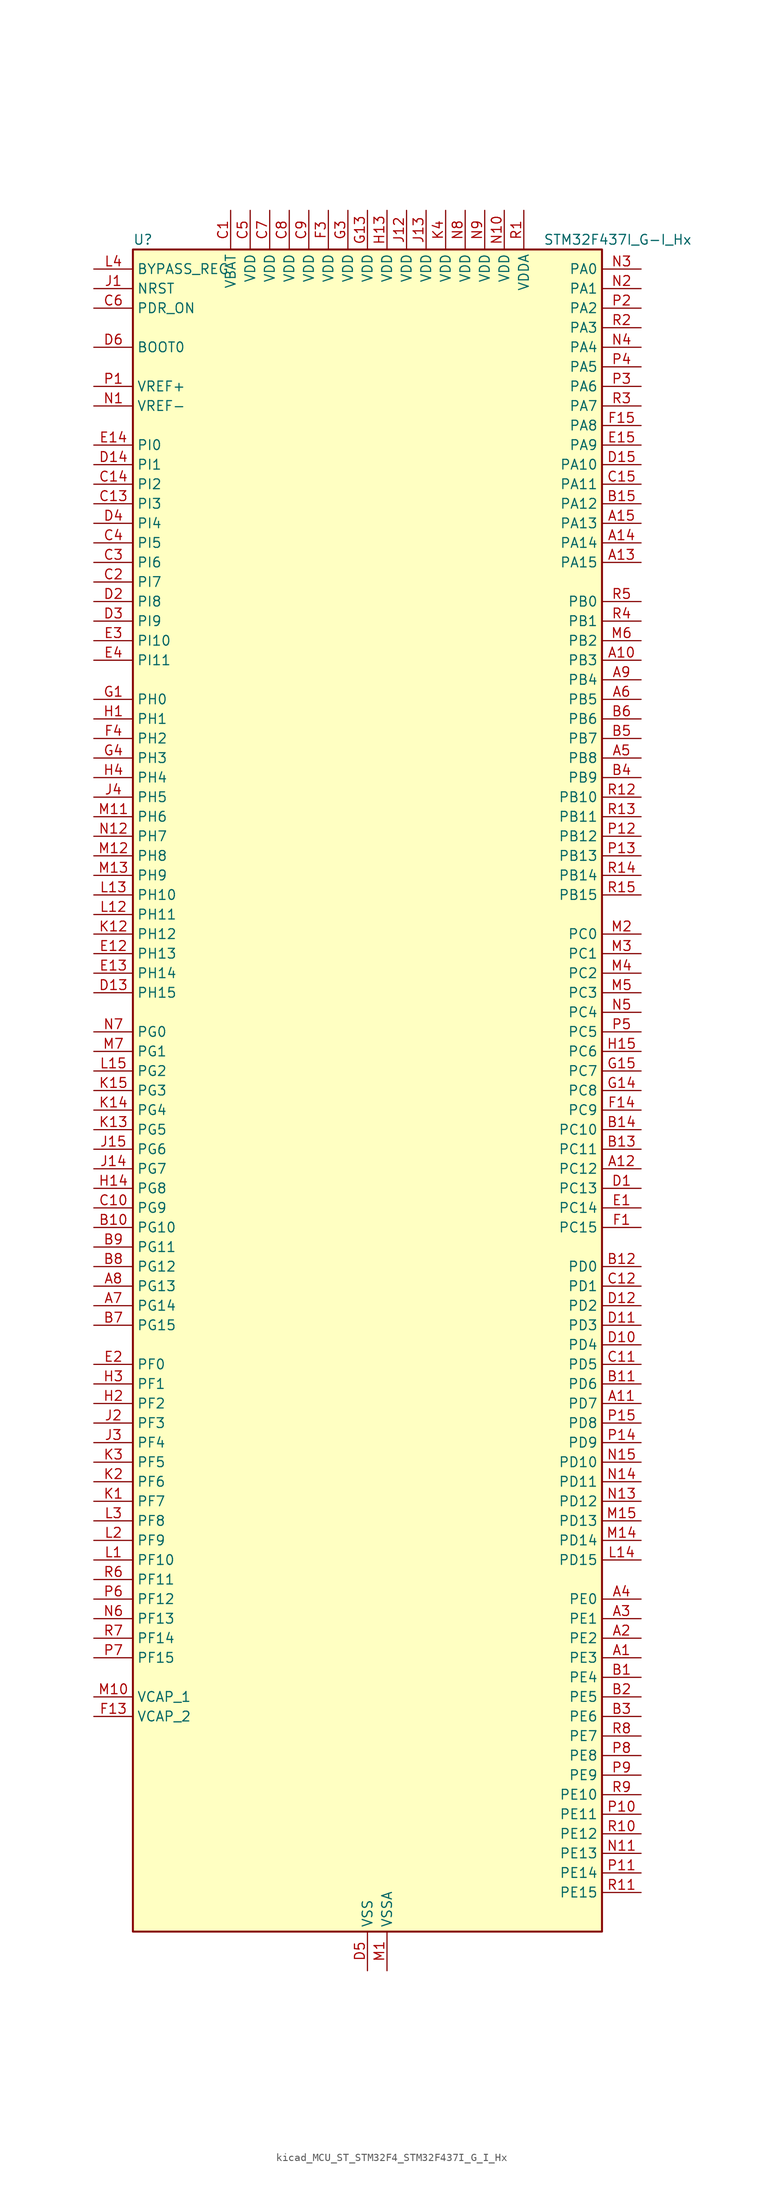
<source format=kicad_sym>
(kicad_symbol_lib
  (version 20220914)
  (generator kicad_symbol_editor)
  (symbol "kicad_MCU_ST_STM32F4_STM32F437I_G_I_Hx"
    (property "Reference" "U"
      (at -30.48 110.49 0)
      (effects (font (size 1.27 1.27)) (justify left)))
    (property "Value" "STM32F437I_G-I_Hx"
      (at 22.86 110.49 0)
      (effects (font (size 1.27 1.27)) (justify left)))
    (property "ki_locked" ""
      (at 0 0 0)
      (effects (font (size 1.27 1.27))))
    (symbol "kicad_MCU_ST_STM32F4_STM32F437I_G_I_Hx_0_1"
      (rectangle (start -30.48 -109.22) (end 30.48 109.22) (stroke (width 0.254) (type default)) (fill (type background))))
    (symbol "kicad_MCU_ST_STM32F4_STM32F437I_G_I_Hx_1_1"
      (pin bidirectional line (at 35.56 -73.66 180) (length 5.08) (name "PE3" (effects (font (size 1.27 1.27)))) (number "A1" (effects (font (size 1.27 1.27)))) (alternate "FMC_A19" bidirectional line) (alternate "SAI1_SD_B" bidirectional line) (alternate "SYS_TRACED0" bidirectional line))
      (pin bidirectional line (at 35.56 55.88 180) (length 5.08) (name "PB3" (effects (font (size 1.27 1.27)))) (number "A10" (effects (font (size 1.27 1.27)))) (alternate "I2S3_CK" bidirectional line) (alternate "SPI1_SCK" bidirectional line) (alternate "SPI3_SCK" bidirectional line) (alternate "SYS_JTDO-SWO" bidirectional line) (alternate "TIM2_CH2" bidirectional line))
      (pin bidirectional line (at 35.56 -40.64 180) (length 5.08) (name "PD7" (effects (font (size 1.27 1.27)))) (number "A11" (effects (font (size 1.27 1.27)))) (alternate "FMC_NCE2" bidirectional line) (alternate "FMC_NE1" bidirectional line) (alternate "USART2_CK" bidirectional line))
      (pin bidirectional line (at 35.56 -10.16 180) (length 5.08) (name "PC12" (effects (font (size 1.27 1.27)))) (number "A12" (effects (font (size 1.27 1.27)))) (alternate "DCMI_D9" bidirectional line) (alternate "I2S3_SD" bidirectional line) (alternate "SDIO_CK" bidirectional line) (alternate "SPI3_MOSI" bidirectional line) (alternate "UART5_TX" bidirectional line) (alternate "USART3_CK" bidirectional line))
      (pin bidirectional line (at 35.56 68.58 180) (length 5.08) (name "PA15" (effects (font (size 1.27 1.27)))) (number "A13" (effects (font (size 1.27 1.27)))) (alternate "ADC1_EXTI15" bidirectional line) (alternate "ADC2_EXTI15" bidirectional line) (alternate "ADC3_EXTI15" bidirectional line) (alternate "I2S3_WS" bidirectional line) (alternate "SPI1_NSS" bidirectional line) (alternate "SPI3_NSS" bidirectional line) (alternate "SYS_JTDI" bidirectional line) (alternate "TIM2_CH1" bidirectional line) (alternate "TIM2_ETR" bidirectional line))
      (pin bidirectional line (at 35.56 71.12 180) (length 5.08) (name "PA14" (effects (font (size 1.27 1.27)))) (number "A14" (effects (font (size 1.27 1.27)))) (alternate "SYS_JTCK-SWCLK" bidirectional line))
      (pin bidirectional line (at 35.56 73.66 180) (length 5.08) (name "PA13" (effects (font (size 1.27 1.27)))) (number "A15" (effects (font (size 1.27 1.27)))) (alternate "SYS_JTMS-SWDIO" bidirectional line))
      (pin bidirectional line (at 35.56 -71.12 180) (length 5.08) (name "PE2" (effects (font (size 1.27 1.27)))) (number "A2" (effects (font (size 1.27 1.27)))) (alternate "ETH_TXD3" bidirectional line) (alternate "FMC_A23" bidirectional line) (alternate "SAI1_MCLK_A" bidirectional line) (alternate "SPI4_SCK" bidirectional line) (alternate "SYS_TRACECLK" bidirectional line))
      (pin bidirectional line (at 35.56 -68.58 180) (length 5.08) (name "PE1" (effects (font (size 1.27 1.27)))) (number "A3" (effects (font (size 1.27 1.27)))) (alternate "DCMI_D3" bidirectional line) (alternate "FMC_NBL1" bidirectional line) (alternate "UART8_TX" bidirectional line))
      (pin bidirectional line (at 35.56 -66.04 180) (length 5.08) (name "PE0" (effects (font (size 1.27 1.27)))) (number "A4" (effects (font (size 1.27 1.27)))) (alternate "DCMI_D2" bidirectional line) (alternate "FMC_NBL0" bidirectional line) (alternate "TIM4_ETR" bidirectional line) (alternate "UART8_RX" bidirectional line))
      (pin bidirectional line (at 35.56 43.18 180) (length 5.08) (name "PB8" (effects (font (size 1.27 1.27)))) (number "A5" (effects (font (size 1.27 1.27)))) (alternate "CAN1_RX" bidirectional line) (alternate "DCMI_D6" bidirectional line) (alternate "ETH_TXD3" bidirectional line) (alternate "I2C1_SCL" bidirectional line) (alternate "SDIO_D4" bidirectional line) (alternate "TIM10_CH1" bidirectional line) (alternate "TIM4_CH3" bidirectional line))
      (pin bidirectional line (at 35.56 50.8 180) (length 5.08) (name "PB5" (effects (font (size 1.27 1.27)))) (number "A6" (effects (font (size 1.27 1.27)))) (alternate "CAN2_RX" bidirectional line) (alternate "DCMI_D10" bidirectional line) (alternate "ETH_PPS_OUT" bidirectional line) (alternate "FMC_SDCKE1" bidirectional line) (alternate "I2C1_SMBA" bidirectional line) (alternate "I2S3_SD" bidirectional line) (alternate "SPI1_MOSI" bidirectional line) (alternate "SPI3_MOSI" bidirectional line) (alternate "TIM3_CH2" bidirectional line) (alternate "USB_OTG_HS_ULPI_D7" bidirectional line))
      (pin bidirectional line (at -35.56 -27.94 0) (length 5.08) (name "PG14" (effects (font (size 1.27 1.27)))) (number "A7" (effects (font (size 1.27 1.27)))) (alternate "ETH_TXD1" bidirectional line) (alternate "FMC_A25" bidirectional line) (alternate "SPI6_MOSI" bidirectional line) (alternate "USART6_TX" bidirectional line))
      (pin bidirectional line (at -35.56 -25.4 0) (length 5.08) (name "PG13" (effects (font (size 1.27 1.27)))) (number "A8" (effects (font (size 1.27 1.27)))) (alternate "ETH_TXD0" bidirectional line) (alternate "FMC_A24" bidirectional line) (alternate "SPI6_SCK" bidirectional line) (alternate "USART6_CTS" bidirectional line))
      (pin bidirectional line (at 35.56 53.34 180) (length 5.08) (name "PB4" (effects (font (size 1.27 1.27)))) (number "A9" (effects (font (size 1.27 1.27)))) (alternate "I2S3_ext_SD" bidirectional line) (alternate "SPI1_MISO" bidirectional line) (alternate "SPI3_MISO" bidirectional line) (alternate "SYS_JTRST" bidirectional line) (alternate "TIM3_CH1" bidirectional line))
      (pin bidirectional line (at 35.56 -76.2 180) (length 5.08) (name "PE4" (effects (font (size 1.27 1.27)))) (number "B1" (effects (font (size 1.27 1.27)))) (alternate "DCMI_D4" bidirectional line) (alternate "FMC_A20" bidirectional line) (alternate "SAI1_FS_A" bidirectional line) (alternate "SPI4_NSS" bidirectional line) (alternate "SYS_TRACED1" bidirectional line))
      (pin bidirectional line (at -35.56 -17.78 0) (length 5.08) (name "PG10" (effects (font (size 1.27 1.27)))) (number "B10" (effects (font (size 1.27 1.27)))) (alternate "DCMI_D2" bidirectional line) (alternate "FMC_NCE4_1" bidirectional line) (alternate "FMC_NE3" bidirectional line))
      (pin bidirectional line (at 35.56 -38.1 180) (length 5.08) (name "PD6" (effects (font (size 1.27 1.27)))) (number "B11" (effects (font (size 1.27 1.27)))) (alternate "DCMI_D10" bidirectional line) (alternate "FMC_NWAIT" bidirectional line) (alternate "I2S3_SD" bidirectional line) (alternate "SAI1_SD_A" bidirectional line) (alternate "SPI3_MOSI" bidirectional line) (alternate "USART2_RX" bidirectional line))
      (pin bidirectional line (at 35.56 -22.86 180) (length 5.08) (name "PD0" (effects (font (size 1.27 1.27)))) (number "B12" (effects (font (size 1.27 1.27)))) (alternate "CAN1_RX" bidirectional line) (alternate "FMC_D2" bidirectional line) (alternate "FMC_DA2" bidirectional line))
      (pin bidirectional line (at 35.56 -7.62 180) (length 5.08) (name "PC11" (effects (font (size 1.27 1.27)))) (number "B13" (effects (font (size 1.27 1.27)))) (alternate "ADC1_EXTI11" bidirectional line) (alternate "ADC2_EXTI11" bidirectional line) (alternate "ADC3_EXTI11" bidirectional line) (alternate "DCMI_D4" bidirectional line) (alternate "I2S3_ext_SD" bidirectional line) (alternate "SDIO_D3" bidirectional line) (alternate "SPI3_MISO" bidirectional line) (alternate "UART4_RX" bidirectional line) (alternate "USART3_RX" bidirectional line))
      (pin bidirectional line (at 35.56 -5.08 180) (length 5.08) (name "PC10" (effects (font (size 1.27 1.27)))) (number "B14" (effects (font (size 1.27 1.27)))) (alternate "DCMI_D8" bidirectional line) (alternate "I2S3_CK" bidirectional line) (alternate "SDIO_D2" bidirectional line) (alternate "SPI3_SCK" bidirectional line) (alternate "UART4_TX" bidirectional line) (alternate "USART3_TX" bidirectional line))
      (pin bidirectional line (at 35.56 76.2 180) (length 5.08) (name "PA12" (effects (font (size 1.27 1.27)))) (number "B15" (effects (font (size 1.27 1.27)))) (alternate "CAN1_TX" bidirectional line) (alternate "TIM1_ETR" bidirectional line) (alternate "USART1_RTS" bidirectional line) (alternate "USB_OTG_FS_DP" bidirectional line))
      (pin bidirectional line (at 35.56 -78.74 180) (length 5.08) (name "PE5" (effects (font (size 1.27 1.27)))) (number "B2" (effects (font (size 1.27 1.27)))) (alternate "DCMI_D6" bidirectional line) (alternate "FMC_A21" bidirectional line) (alternate "SAI1_SCK_A" bidirectional line) (alternate "SPI4_MISO" bidirectional line) (alternate "SYS_TRACED2" bidirectional line) (alternate "TIM9_CH1" bidirectional line))
      (pin bidirectional line (at 35.56 -81.28 180) (length 5.08) (name "PE6" (effects (font (size 1.27 1.27)))) (number "B3" (effects (font (size 1.27 1.27)))) (alternate "DCMI_D7" bidirectional line) (alternate "FMC_A22" bidirectional line) (alternate "SAI1_SD_A" bidirectional line) (alternate "SPI4_MOSI" bidirectional line) (alternate "SYS_TRACED3" bidirectional line) (alternate "TIM9_CH2" bidirectional line))
      (pin bidirectional line (at 35.56 40.64 180) (length 5.08) (name "PB9" (effects (font (size 1.27 1.27)))) (number "B4" (effects (font (size 1.27 1.27)))) (alternate "CAN1_TX" bidirectional line) (alternate "DAC_EXTI9" bidirectional line) (alternate "DCMI_D7" bidirectional line) (alternate "I2C1_SDA" bidirectional line) (alternate "I2S2_WS" bidirectional line) (alternate "SDIO_D5" bidirectional line) (alternate "SPI2_NSS" bidirectional line) (alternate "TIM11_CH1" bidirectional line) (alternate "TIM4_CH4" bidirectional line))
      (pin bidirectional line (at 35.56 45.72 180) (length 5.08) (name "PB7" (effects (font (size 1.27 1.27)))) (number "B5" (effects (font (size 1.27 1.27)))) (alternate "DCMI_VSYNC" bidirectional line) (alternate "FMC_NL" bidirectional line) (alternate "I2C1_SDA" bidirectional line) (alternate "TIM4_CH2" bidirectional line) (alternate "USART1_RX" bidirectional line))
      (pin bidirectional line (at 35.56 48.26 180) (length 5.08) (name "PB6" (effects (font (size 1.27 1.27)))) (number "B6" (effects (font (size 1.27 1.27)))) (alternate "CAN2_TX" bidirectional line) (alternate "DCMI_D5" bidirectional line) (alternate "FMC_SDNE1" bidirectional line) (alternate "I2C1_SCL" bidirectional line) (alternate "TIM4_CH1" bidirectional line) (alternate "USART1_TX" bidirectional line))
      (pin bidirectional line (at -35.56 -30.48 0) (length 5.08) (name "PG15" (effects (font (size 1.27 1.27)))) (number "B7" (effects (font (size 1.27 1.27)))) (alternate "ADC1_EXTI15" bidirectional line) (alternate "ADC2_EXTI15" bidirectional line) (alternate "ADC3_EXTI15" bidirectional line) (alternate "DCMI_D13" bidirectional line) (alternate "FMC_SDNCAS" bidirectional line) (alternate "USART6_CTS" bidirectional line))
      (pin bidirectional line (at -35.56 -22.86 0) (length 5.08) (name "PG12" (effects (font (size 1.27 1.27)))) (number "B8" (effects (font (size 1.27 1.27)))) (alternate "FMC_NE4" bidirectional line) (alternate "SPI6_MISO" bidirectional line) (alternate "USART6_RTS" bidirectional line))
      (pin bidirectional line (at -35.56 -20.32 0) (length 5.08) (name "PG11" (effects (font (size 1.27 1.27)))) (number "B9" (effects (font (size 1.27 1.27)))) (alternate "ADC1_EXTI11" bidirectional line) (alternate "ADC2_EXTI11" bidirectional line) (alternate "ADC3_EXTI11" bidirectional line) (alternate "DCMI_D3" bidirectional line) (alternate "ETH_TX_EN" bidirectional line) (alternate "FMC_NCE4_2" bidirectional line))
      (pin power_in line (at -17.78 114.3 270) (length 5.08) (name "VBAT" (effects (font (size 1.27 1.27)))) (number "C1" (effects (font (size 1.27 1.27)))))
      (pin bidirectional line (at -35.56 -15.24 0) (length 5.08) (name "PG9" (effects (font (size 1.27 1.27)))) (number "C10" (effects (font (size 1.27 1.27)))) (alternate "DAC_EXTI9" bidirectional line) (alternate "DCMI_VSYNC" bidirectional line) (alternate "FMC_NCE3" bidirectional line) (alternate "FMC_NE2" bidirectional line) (alternate "USART6_RX" bidirectional line))
      (pin bidirectional line (at 35.56 -35.56 180) (length 5.08) (name "PD5" (effects (font (size 1.27 1.27)))) (number "C11" (effects (font (size 1.27 1.27)))) (alternate "FMC_NWE" bidirectional line) (alternate "USART2_TX" bidirectional line))
      (pin bidirectional line (at 35.56 -25.4 180) (length 5.08) (name "PD1" (effects (font (size 1.27 1.27)))) (number "C12" (effects (font (size 1.27 1.27)))) (alternate "CAN1_TX" bidirectional line) (alternate "FMC_D3" bidirectional line) (alternate "FMC_DA3" bidirectional line))
      (pin bidirectional line (at -35.56 76.2 0) (length 5.08) (name "PI3" (effects (font (size 1.27 1.27)))) (number "C13" (effects (font (size 1.27 1.27)))) (alternate "DCMI_D10" bidirectional line) (alternate "FMC_D27" bidirectional line) (alternate "I2S2_SD" bidirectional line) (alternate "SPI2_MOSI" bidirectional line) (alternate "TIM8_ETR" bidirectional line))
      (pin bidirectional line (at -35.56 78.74 0) (length 5.08) (name "PI2" (effects (font (size 1.27 1.27)))) (number "C14" (effects (font (size 1.27 1.27)))) (alternate "DCMI_D9" bidirectional line) (alternate "FMC_D26" bidirectional line) (alternate "I2S2_ext_SD" bidirectional line) (alternate "SPI2_MISO" bidirectional line) (alternate "TIM8_CH4" bidirectional line))
      (pin bidirectional line (at 35.56 78.74 180) (length 5.08) (name "PA11" (effects (font (size 1.27 1.27)))) (number "C15" (effects (font (size 1.27 1.27)))) (alternate "ADC1_EXTI11" bidirectional line) (alternate "ADC2_EXTI11" bidirectional line) (alternate "ADC3_EXTI11" bidirectional line) (alternate "CAN1_RX" bidirectional line) (alternate "TIM1_CH4" bidirectional line) (alternate "USART1_CTS" bidirectional line) (alternate "USB_OTG_FS_DM" bidirectional line))
      (pin bidirectional line (at -35.56 66.04 0) (length 5.08) (name "PI7" (effects (font (size 1.27 1.27)))) (number "C2" (effects (font (size 1.27 1.27)))) (alternate "DCMI_D7" bidirectional line) (alternate "FMC_D29" bidirectional line) (alternate "TIM8_CH3" bidirectional line))
      (pin bidirectional line (at -35.56 68.58 0) (length 5.08) (name "PI6" (effects (font (size 1.27 1.27)))) (number "C3" (effects (font (size 1.27 1.27)))) (alternate "DCMI_D6" bidirectional line) (alternate "FMC_D28" bidirectional line) (alternate "TIM8_CH2" bidirectional line))
      (pin bidirectional line (at -35.56 71.12 0) (length 5.08) (name "PI5" (effects (font (size 1.27 1.27)))) (number "C4" (effects (font (size 1.27 1.27)))) (alternate "DCMI_VSYNC" bidirectional line) (alternate "FMC_NBL3" bidirectional line) (alternate "TIM8_CH1" bidirectional line))
      (pin power_in line (at -15.24 114.3 270) (length 5.08) (name "VDD" (effects (font (size 1.27 1.27)))) (number "C5" (effects (font (size 1.27 1.27)))))
      (pin input line (at -35.56 101.6 0) (length 5.08) (name "PDR_ON" (effects (font (size 1.27 1.27)))) (number "C6" (effects (font (size 1.27 1.27)))))
      (pin power_in line (at -12.7 114.3 270) (length 5.08) (name "VDD" (effects (font (size 1.27 1.27)))) (number "C7" (effects (font (size 1.27 1.27)))))
      (pin power_in line (at -10.16 114.3 270) (length 5.08) (name "VDD" (effects (font (size 1.27 1.27)))) (number "C8" (effects (font (size 1.27 1.27)))))
      (pin power_in line (at -7.62 114.3 270) (length 5.08) (name "VDD" (effects (font (size 1.27 1.27)))) (number "C9" (effects (font (size 1.27 1.27)))))
      (pin bidirectional line (at 35.56 -12.7 180) (length 5.08) (name "PC13" (effects (font (size 1.27 1.27)))) (number "D1" (effects (font (size 1.27 1.27)))) (alternate "RTC_AF1" bidirectional line))
      (pin bidirectional line (at 35.56 -33.02 180) (length 5.08) (name "PD4" (effects (font (size 1.27 1.27)))) (number "D10" (effects (font (size 1.27 1.27)))) (alternate "FMC_NOE" bidirectional line) (alternate "USART2_RTS" bidirectional line))
      (pin bidirectional line (at 35.56 -30.48 180) (length 5.08) (name "PD3" (effects (font (size 1.27 1.27)))) (number "D11" (effects (font (size 1.27 1.27)))) (alternate "DCMI_D5" bidirectional line) (alternate "FMC_CLK" bidirectional line) (alternate "I2S2_CK" bidirectional line) (alternate "SPI2_SCK" bidirectional line) (alternate "USART2_CTS" bidirectional line))
      (pin bidirectional line (at 35.56 -27.94 180) (length 5.08) (name "PD2" (effects (font (size 1.27 1.27)))) (number "D12" (effects (font (size 1.27 1.27)))) (alternate "DCMI_D11" bidirectional line) (alternate "SDIO_CMD" bidirectional line) (alternate "TIM3_ETR" bidirectional line) (alternate "UART5_RX" bidirectional line))
      (pin bidirectional line (at -35.56 12.7 0) (length 5.08) (name "PH15" (effects (font (size 1.27 1.27)))) (number "D13" (effects (font (size 1.27 1.27)))) (alternate "ADC1_EXTI15" bidirectional line) (alternate "ADC2_EXTI15" bidirectional line) (alternate "ADC3_EXTI15" bidirectional line) (alternate "DCMI_D11" bidirectional line) (alternate "FMC_D23" bidirectional line) (alternate "TIM8_CH3N" bidirectional line))
      (pin bidirectional line (at -35.56 81.28 0) (length 5.08) (name "PI1" (effects (font (size 1.27 1.27)))) (number "D14" (effects (font (size 1.27 1.27)))) (alternate "DCMI_D8" bidirectional line) (alternate "FMC_D25" bidirectional line) (alternate "I2S2_CK" bidirectional line) (alternate "SPI2_SCK" bidirectional line))
      (pin bidirectional line (at 35.56 81.28 180) (length 5.08) (name "PA10" (effects (font (size 1.27 1.27)))) (number "D15" (effects (font (size 1.27 1.27)))) (alternate "DCMI_D1" bidirectional line) (alternate "TIM1_CH3" bidirectional line) (alternate "USART1_RX" bidirectional line) (alternate "USB_OTG_FS_ID" bidirectional line))
      (pin bidirectional line (at -35.56 63.5 0) (length 5.08) (name "PI8" (effects (font (size 1.27 1.27)))) (number "D2" (effects (font (size 1.27 1.27)))) (alternate "RTC_AF2" bidirectional line))
      (pin bidirectional line (at -35.56 60.96 0) (length 5.08) (name "PI9" (effects (font (size 1.27 1.27)))) (number "D3" (effects (font (size 1.27 1.27)))) (alternate "CAN1_RX" bidirectional line) (alternate "DAC_EXTI9" bidirectional line) (alternate "FMC_D30" bidirectional line))
      (pin bidirectional line (at -35.56 73.66 0) (length 5.08) (name "PI4" (effects (font (size 1.27 1.27)))) (number "D4" (effects (font (size 1.27 1.27)))) (alternate "DCMI_D5" bidirectional line) (alternate "FMC_NBL2" bidirectional line) (alternate "TIM8_BKIN" bidirectional line))
      (pin power_in line (at 0 -114.3 90) (length 5.08) (name "VSS" (effects (font (size 1.27 1.27)))) (number "D5" (effects (font (size 1.27 1.27)))))
      (pin input line (at -35.56 96.52 0) (length 5.08) (name "BOOT0" (effects (font (size 1.27 1.27)))) (number "D6" (effects (font (size 1.27 1.27)))))
      (pin passive line (at 0 -114.3 90) (length 5.08) hide (name "VSS" (effects (font (size 1.27 1.27)))) (number "D7" (effects (font (size 1.27 1.27)))))
      (pin passive line (at 0 -114.3 90) (length 5.08) hide (name "VSS" (effects (font (size 1.27 1.27)))) (number "D8" (effects (font (size 1.27 1.27)))))
      (pin passive line (at 0 -114.3 90) (length 5.08) hide (name "VSS" (effects (font (size 1.27 1.27)))) (number "D9" (effects (font (size 1.27 1.27)))))
      (pin bidirectional line (at 35.56 -15.24 180) (length 5.08) (name "PC14" (effects (font (size 1.27 1.27)))) (number "E1" (effects (font (size 1.27 1.27)))) (alternate "RCC_OSC32_IN" bidirectional line))
      (pin bidirectional line (at -35.56 17.78 0) (length 5.08) (name "PH13" (effects (font (size 1.27 1.27)))) (number "E12" (effects (font (size 1.27 1.27)))) (alternate "CAN1_TX" bidirectional line) (alternate "FMC_D21" bidirectional line) (alternate "TIM8_CH1N" bidirectional line))
      (pin bidirectional line (at -35.56 15.24 0) (length 5.08) (name "PH14" (effects (font (size 1.27 1.27)))) (number "E13" (effects (font (size 1.27 1.27)))) (alternate "DCMI_D4" bidirectional line) (alternate "FMC_D22" bidirectional line) (alternate "TIM8_CH2N" bidirectional line))
      (pin bidirectional line (at -35.56 83.82 0) (length 5.08) (name "PI0" (effects (font (size 1.27 1.27)))) (number "E14" (effects (font (size 1.27 1.27)))) (alternate "DCMI_D13" bidirectional line) (alternate "FMC_D24" bidirectional line) (alternate "I2S2_WS" bidirectional line) (alternate "SPI2_NSS" bidirectional line) (alternate "TIM5_CH4" bidirectional line))
      (pin bidirectional line (at 35.56 83.82 180) (length 5.08) (name "PA9" (effects (font (size 1.27 1.27)))) (number "E15" (effects (font (size 1.27 1.27)))) (alternate "DAC_EXTI9" bidirectional line) (alternate "DCMI_D0" bidirectional line) (alternate "I2C3_SMBA" bidirectional line) (alternate "TIM1_CH2" bidirectional line) (alternate "USART1_TX" bidirectional line) (alternate "USB_OTG_FS_VBUS" bidirectional line))
      (pin bidirectional line (at -35.56 -35.56 0) (length 5.08) (name "PF0" (effects (font (size 1.27 1.27)))) (number "E2" (effects (font (size 1.27 1.27)))) (alternate "FMC_A0" bidirectional line) (alternate "I2C2_SDA" bidirectional line))
      (pin bidirectional line (at -35.56 58.42 0) (length 5.08) (name "PI10" (effects (font (size 1.27 1.27)))) (number "E3" (effects (font (size 1.27 1.27)))) (alternate "ETH_RX_ER" bidirectional line) (alternate "FMC_D31" bidirectional line))
      (pin bidirectional line (at -35.56 55.88 0) (length 5.08) (name "PI11" (effects (font (size 1.27 1.27)))) (number "E4" (effects (font (size 1.27 1.27)))) (alternate "ADC1_EXTI11" bidirectional line) (alternate "ADC2_EXTI11" bidirectional line) (alternate "ADC3_EXTI11" bidirectional line) (alternate "USB_OTG_HS_ULPI_DIR" bidirectional line))
      (pin bidirectional line (at 35.56 -17.78 180) (length 5.08) (name "PC15" (effects (font (size 1.27 1.27)))) (number "F1" (effects (font (size 1.27 1.27)))) (alternate "ADC1_EXTI15" bidirectional line) (alternate "ADC2_EXTI15" bidirectional line) (alternate "ADC3_EXTI15" bidirectional line) (alternate "RCC_OSC32_OUT" bidirectional line))
      (pin passive line (at 0 -114.3 90) (length 5.08) hide (name "VSS" (effects (font (size 1.27 1.27)))) (number "F10" (effects (font (size 1.27 1.27)))))
      (pin passive line (at 0 -114.3 90) (length 5.08) hide (name "VSS" (effects (font (size 1.27 1.27)))) (number "F12" (effects (font (size 1.27 1.27)))))
      (pin power_out line (at -35.56 -81.28 0) (length 5.08) (name "VCAP_2" (effects (font (size 1.27 1.27)))) (number "F13" (effects (font (size 1.27 1.27)))))
      (pin bidirectional line (at 35.56 -2.54 180) (length 5.08) (name "PC9" (effects (font (size 1.27 1.27)))) (number "F14" (effects (font (size 1.27 1.27)))) (alternate "DAC_EXTI9" bidirectional line) (alternate "DCMI_D3" bidirectional line) (alternate "I2C3_SDA" bidirectional line) (alternate "I2S_CKIN" bidirectional line) (alternate "RCC_MCO_2" bidirectional line) (alternate "SDIO_D1" bidirectional line) (alternate "TIM3_CH4" bidirectional line) (alternate "TIM8_CH4" bidirectional line))
      (pin bidirectional line (at 35.56 86.36 180) (length 5.08) (name "PA8" (effects (font (size 1.27 1.27)))) (number "F15" (effects (font (size 1.27 1.27)))) (alternate "I2C3_SCL" bidirectional line) (alternate "RCC_MCO_1" bidirectional line) (alternate "TIM1_CH1" bidirectional line) (alternate "USART1_CK" bidirectional line) (alternate "USB_OTG_FS_SOF" bidirectional line))
      (pin passive line (at 0 -114.3 90) (length 5.08) hide (name "VSS" (effects (font (size 1.27 1.27)))) (number "F2" (effects (font (size 1.27 1.27)))))
      (pin power_in line (at -5.08 114.3 270) (length 5.08) (name "VDD" (effects (font (size 1.27 1.27)))) (number "F3" (effects (font (size 1.27 1.27)))))
      (pin bidirectional line (at -35.56 45.72 0) (length 5.08) (name "PH2" (effects (font (size 1.27 1.27)))) (number "F4" (effects (font (size 1.27 1.27)))) (alternate "ETH_CRS" bidirectional line) (alternate "FMC_SDCKE0" bidirectional line))
      (pin passive line (at 0 -114.3 90) (length 5.08) hide (name "VSS" (effects (font (size 1.27 1.27)))) (number "F6" (effects (font (size 1.27 1.27)))))
      (pin passive line (at 0 -114.3 90) (length 5.08) hide (name "VSS" (effects (font (size 1.27 1.27)))) (number "F7" (effects (font (size 1.27 1.27)))))
      (pin passive line (at 0 -114.3 90) (length 5.08) hide (name "VSS" (effects (font (size 1.27 1.27)))) (number "F8" (effects (font (size 1.27 1.27)))))
      (pin passive line (at 0 -114.3 90) (length 5.08) hide (name "VSS" (effects (font (size 1.27 1.27)))) (number "F9" (effects (font (size 1.27 1.27)))))
      (pin bidirectional line (at -35.56 50.8 0) (length 5.08) (name "PH0" (effects (font (size 1.27 1.27)))) (number "G1" (effects (font (size 1.27 1.27)))) (alternate "RCC_OSC_IN" bidirectional line))
      (pin passive line (at 0 -114.3 90) (length 5.08) hide (name "VSS" (effects (font (size 1.27 1.27)))) (number "G10" (effects (font (size 1.27 1.27)))))
      (pin passive line (at 0 -114.3 90) (length 5.08) hide (name "VSS" (effects (font (size 1.27 1.27)))) (number "G12" (effects (font (size 1.27 1.27)))))
      (pin power_in line (at 0 114.3 270) (length 5.08) (name "VDD" (effects (font (size 1.27 1.27)))) (number "G13" (effects (font (size 1.27 1.27)))))
      (pin bidirectional line (at 35.56 0 180) (length 5.08) (name "PC8" (effects (font (size 1.27 1.27)))) (number "G14" (effects (font (size 1.27 1.27)))) (alternate "DCMI_D2" bidirectional line) (alternate "SDIO_D0" bidirectional line) (alternate "TIM3_CH3" bidirectional line) (alternate "TIM8_CH3" bidirectional line) (alternate "USART6_CK" bidirectional line))
      (pin bidirectional line (at 35.56 2.54 180) (length 5.08) (name "PC7" (effects (font (size 1.27 1.27)))) (number "G15" (effects (font (size 1.27 1.27)))) (alternate "DCMI_D1" bidirectional line) (alternate "I2S3_MCK" bidirectional line) (alternate "SDIO_D7" bidirectional line) (alternate "TIM3_CH2" bidirectional line) (alternate "TIM8_CH2" bidirectional line) (alternate "USART6_RX" bidirectional line))
      (pin passive line (at 0 -114.3 90) (length 5.08) hide (name "VSS" (effects (font (size 1.27 1.27)))) (number "G2" (effects (font (size 1.27 1.27)))))
      (pin power_in line (at -2.54 114.3 270) (length 5.08) (name "VDD" (effects (font (size 1.27 1.27)))) (number "G3" (effects (font (size 1.27 1.27)))))
      (pin bidirectional line (at -35.56 43.18 0) (length 5.08) (name "PH3" (effects (font (size 1.27 1.27)))) (number "G4" (effects (font (size 1.27 1.27)))) (alternate "ETH_COL" bidirectional line) (alternate "FMC_SDNE0" bidirectional line))
      (pin passive line (at 0 -114.3 90) (length 5.08) hide (name "VSS" (effects (font (size 1.27 1.27)))) (number "G6" (effects (font (size 1.27 1.27)))))
      (pin passive line (at 0 -114.3 90) (length 5.08) hide (name "VSS" (effects (font (size 1.27 1.27)))) (number "G7" (effects (font (size 1.27 1.27)))))
      (pin passive line (at 0 -114.3 90) (length 5.08) hide (name "VSS" (effects (font (size 1.27 1.27)))) (number "G8" (effects (font (size 1.27 1.27)))))
      (pin passive line (at 0 -114.3 90) (length 5.08) hide (name "VSS" (effects (font (size 1.27 1.27)))) (number "G9" (effects (font (size 1.27 1.27)))))
      (pin bidirectional line (at -35.56 48.26 0) (length 5.08) (name "PH1" (effects (font (size 1.27 1.27)))) (number "H1" (effects (font (size 1.27 1.27)))) (alternate "RCC_OSC_OUT" bidirectional line))
      (pin passive line (at 0 -114.3 90) (length 5.08) hide (name "VSS" (effects (font (size 1.27 1.27)))) (number "H10" (effects (font (size 1.27 1.27)))))
      (pin passive line (at 0 -114.3 90) (length 5.08) hide (name "VSS" (effects (font (size 1.27 1.27)))) (number "H12" (effects (font (size 1.27 1.27)))))
      (pin power_in line (at 2.54 114.3 270) (length 5.08) (name "VDD" (effects (font (size 1.27 1.27)))) (number "H13" (effects (font (size 1.27 1.27)))))
      (pin bidirectional line (at -35.56 -12.7 0) (length 5.08) (name "PG8" (effects (font (size 1.27 1.27)))) (number "H14" (effects (font (size 1.27 1.27)))) (alternate "ETH_PPS_OUT" bidirectional line) (alternate "FMC_SDCLK" bidirectional line) (alternate "SPI6_NSS" bidirectional line) (alternate "USART6_RTS" bidirectional line))
      (pin bidirectional line (at 35.56 5.08 180) (length 5.08) (name "PC6" (effects (font (size 1.27 1.27)))) (number "H15" (effects (font (size 1.27 1.27)))) (alternate "DCMI_D0" bidirectional line) (alternate "I2S2_MCK" bidirectional line) (alternate "SDIO_D6" bidirectional line) (alternate "TIM3_CH1" bidirectional line) (alternate "TIM8_CH1" bidirectional line) (alternate "USART6_TX" bidirectional line))
      (pin bidirectional line (at -35.56 -40.64 0) (length 5.08) (name "PF2" (effects (font (size 1.27 1.27)))) (number "H2" (effects (font (size 1.27 1.27)))) (alternate "FMC_A2" bidirectional line) (alternate "I2C2_SMBA" bidirectional line))
      (pin bidirectional line (at -35.56 -38.1 0) (length 5.08) (name "PF1" (effects (font (size 1.27 1.27)))) (number "H3" (effects (font (size 1.27 1.27)))) (alternate "FMC_A1" bidirectional line) (alternate "I2C2_SCL" bidirectional line))
      (pin bidirectional line (at -35.56 40.64 0) (length 5.08) (name "PH4" (effects (font (size 1.27 1.27)))) (number "H4" (effects (font (size 1.27 1.27)))) (alternate "I2C2_SCL" bidirectional line) (alternate "USB_OTG_HS_ULPI_NXT" bidirectional line))
      (pin passive line (at 0 -114.3 90) (length 5.08) hide (name "VSS" (effects (font (size 1.27 1.27)))) (number "H6" (effects (font (size 1.27 1.27)))))
      (pin passive line (at 0 -114.3 90) (length 5.08) hide (name "VSS" (effects (font (size 1.27 1.27)))) (number "H7" (effects (font (size 1.27 1.27)))))
      (pin passive line (at 0 -114.3 90) (length 5.08) hide (name "VSS" (effects (font (size 1.27 1.27)))) (number "H8" (effects (font (size 1.27 1.27)))))
      (pin passive line (at 0 -114.3 90) (length 5.08) hide (name "VSS" (effects (font (size 1.27 1.27)))) (number "H9" (effects (font (size 1.27 1.27)))))
      (pin input line (at -35.56 104.14 0) (length 5.08) (name "NRST" (effects (font (size 1.27 1.27)))) (number "J1" (effects (font (size 1.27 1.27)))))
      (pin passive line (at 0 -114.3 90) (length 5.08) hide (name "VSS" (effects (font (size 1.27 1.27)))) (number "J10" (effects (font (size 1.27 1.27)))))
      (pin power_in line (at 5.08 114.3 270) (length 5.08) (name "VDD" (effects (font (size 1.27 1.27)))) (number "J12" (effects (font (size 1.27 1.27)))))
      (pin power_in line (at 7.62 114.3 270) (length 5.08) (name "VDD" (effects (font (size 1.27 1.27)))) (number "J13" (effects (font (size 1.27 1.27)))))
      (pin bidirectional line (at -35.56 -10.16 0) (length 5.08) (name "PG7" (effects (font (size 1.27 1.27)))) (number "J14" (effects (font (size 1.27 1.27)))) (alternate "DCMI_D13" bidirectional line) (alternate "FMC_INT3" bidirectional line) (alternate "USART6_CK" bidirectional line))
      (pin bidirectional line (at -35.56 -7.62 0) (length 5.08) (name "PG6" (effects (font (size 1.27 1.27)))) (number "J15" (effects (font (size 1.27 1.27)))) (alternate "DCMI_D12" bidirectional line) (alternate "FMC_INT2" bidirectional line))
      (pin bidirectional line (at -35.56 -43.18 0) (length 5.08) (name "PF3" (effects (font (size 1.27 1.27)))) (number "J2" (effects (font (size 1.27 1.27)))) (alternate "ADC3_IN9" bidirectional line) (alternate "FMC_A3" bidirectional line))
      (pin bidirectional line (at -35.56 -45.72 0) (length 5.08) (name "PF4" (effects (font (size 1.27 1.27)))) (number "J3" (effects (font (size 1.27 1.27)))) (alternate "ADC3_IN14" bidirectional line) (alternate "FMC_A4" bidirectional line))
      (pin bidirectional line (at -35.56 38.1 0) (length 5.08) (name "PH5" (effects (font (size 1.27 1.27)))) (number "J4" (effects (font (size 1.27 1.27)))) (alternate "FMC_SDNWE" bidirectional line) (alternate "I2C2_SDA" bidirectional line) (alternate "SPI5_NSS" bidirectional line))
      (pin passive line (at 0 -114.3 90) (length 5.08) hide (name "VSS" (effects (font (size 1.27 1.27)))) (number "J6" (effects (font (size 1.27 1.27)))))
      (pin passive line (at 0 -114.3 90) (length 5.08) hide (name "VSS" (effects (font (size 1.27 1.27)))) (number "J7" (effects (font (size 1.27 1.27)))))
      (pin passive line (at 0 -114.3 90) (length 5.08) hide (name "VSS" (effects (font (size 1.27 1.27)))) (number "J8" (effects (font (size 1.27 1.27)))))
      (pin passive line (at 0 -114.3 90) (length 5.08) hide (name "VSS" (effects (font (size 1.27 1.27)))) (number "J9" (effects (font (size 1.27 1.27)))))
      (pin bidirectional line (at -35.56 -53.34 0) (length 5.08) (name "PF7" (effects (font (size 1.27 1.27)))) (number "K1" (effects (font (size 1.27 1.27)))) (alternate "ADC3_IN5" bidirectional line) (alternate "FMC_NREG" bidirectional line) (alternate "SAI1_MCLK_B" bidirectional line) (alternate "SPI5_SCK" bidirectional line) (alternate "TIM11_CH1" bidirectional line) (alternate "UART7_TX" bidirectional line))
      (pin passive line (at 0 -114.3 90) (length 5.08) hide (name "VSS" (effects (font (size 1.27 1.27)))) (number "K10" (effects (font (size 1.27 1.27)))))
      (pin bidirectional line (at -35.56 20.32 0) (length 5.08) (name "PH12" (effects (font (size 1.27 1.27)))) (number "K12" (effects (font (size 1.27 1.27)))) (alternate "DCMI_D3" bidirectional line) (alternate "FMC_D20" bidirectional line) (alternate "TIM5_CH3" bidirectional line))
      (pin bidirectional line (at -35.56 -5.08 0) (length 5.08) (name "PG5" (effects (font (size 1.27 1.27)))) (number "K13" (effects (font (size 1.27 1.27)))) (alternate "FMC_A15" bidirectional line) (alternate "FMC_BA1" bidirectional line))
      (pin bidirectional line (at -35.56 -2.54 0) (length 5.08) (name "PG4" (effects (font (size 1.27 1.27)))) (number "K14" (effects (font (size 1.27 1.27)))) (alternate "FMC_A14" bidirectional line) (alternate "FMC_BA0" bidirectional line))
      (pin bidirectional line (at -35.56 0 0) (length 5.08) (name "PG3" (effects (font (size 1.27 1.27)))) (number "K15" (effects (font (size 1.27 1.27)))) (alternate "FMC_A13" bidirectional line))
      (pin bidirectional line (at -35.56 -50.8 0) (length 5.08) (name "PF6" (effects (font (size 1.27 1.27)))) (number "K2" (effects (font (size 1.27 1.27)))) (alternate "ADC3_IN4" bidirectional line) (alternate "FMC_NIORD" bidirectional line) (alternate "SAI1_SD_B" bidirectional line) (alternate "SPI5_NSS" bidirectional line) (alternate "TIM10_CH1" bidirectional line) (alternate "UART7_RX" bidirectional line))
      (pin bidirectional line (at -35.56 -48.26 0) (length 5.08) (name "PF5" (effects (font (size 1.27 1.27)))) (number "K3" (effects (font (size 1.27 1.27)))) (alternate "ADC3_IN15" bidirectional line) (alternate "FMC_A5" bidirectional line))
      (pin power_in line (at 10.16 114.3 270) (length 5.08) (name "VDD" (effects (font (size 1.27 1.27)))) (number "K4" (effects (font (size 1.27 1.27)))))
      (pin passive line (at 0 -114.3 90) (length 5.08) hide (name "VSS" (effects (font (size 1.27 1.27)))) (number "K6" (effects (font (size 1.27 1.27)))))
      (pin passive line (at 0 -114.3 90) (length 5.08) hide (name "VSS" (effects (font (size 1.27 1.27)))) (number "K7" (effects (font (size 1.27 1.27)))))
      (pin passive line (at 0 -114.3 90) (length 5.08) hide (name "VSS" (effects (font (size 1.27 1.27)))) (number "K8" (effects (font (size 1.27 1.27)))))
      (pin passive line (at 0 -114.3 90) (length 5.08) hide (name "VSS" (effects (font (size 1.27 1.27)))) (number "K9" (effects (font (size 1.27 1.27)))))
      (pin bidirectional line (at -35.56 -60.96 0) (length 5.08) (name "PF10" (effects (font (size 1.27 1.27)))) (number "L1" (effects (font (size 1.27 1.27)))) (alternate "ADC3_IN8" bidirectional line) (alternate "DCMI_D11" bidirectional line) (alternate "FMC_INTR" bidirectional line))
      (pin bidirectional line (at -35.56 22.86 0) (length 5.08) (name "PH11" (effects (font (size 1.27 1.27)))) (number "L12" (effects (font (size 1.27 1.27)))) (alternate "ADC1_EXTI11" bidirectional line) (alternate "ADC2_EXTI11" bidirectional line) (alternate "ADC3_EXTI11" bidirectional line) (alternate "DCMI_D2" bidirectional line) (alternate "FMC_D19" bidirectional line) (alternate "TIM5_CH2" bidirectional line))
      (pin bidirectional line (at -35.56 25.4 0) (length 5.08) (name "PH10" (effects (font (size 1.27 1.27)))) (number "L13" (effects (font (size 1.27 1.27)))) (alternate "DCMI_D1" bidirectional line) (alternate "FMC_D18" bidirectional line) (alternate "TIM5_CH1" bidirectional line))
      (pin bidirectional line (at 35.56 -60.96 180) (length 5.08) (name "PD15" (effects (font (size 1.27 1.27)))) (number "L14" (effects (font (size 1.27 1.27)))) (alternate "ADC1_EXTI15" bidirectional line) (alternate "ADC2_EXTI15" bidirectional line) (alternate "ADC3_EXTI15" bidirectional line) (alternate "FMC_D1" bidirectional line) (alternate "FMC_DA1" bidirectional line) (alternate "TIM4_CH4" bidirectional line))
      (pin bidirectional line (at -35.56 2.54 0) (length 5.08) (name "PG2" (effects (font (size 1.27 1.27)))) (number "L15" (effects (font (size 1.27 1.27)))) (alternate "FMC_A12" bidirectional line))
      (pin bidirectional line (at -35.56 -58.42 0) (length 5.08) (name "PF9" (effects (font (size 1.27 1.27)))) (number "L2" (effects (font (size 1.27 1.27)))) (alternate "ADC3_IN7" bidirectional line) (alternate "DAC_EXTI9" bidirectional line) (alternate "FMC_CD" bidirectional line) (alternate "SAI1_FS_B" bidirectional line) (alternate "SPI5_MOSI" bidirectional line) (alternate "TIM14_CH1" bidirectional line))
      (pin bidirectional line (at -35.56 -55.88 0) (length 5.08) (name "PF8" (effects (font (size 1.27 1.27)))) (number "L3" (effects (font (size 1.27 1.27)))) (alternate "ADC3_IN6" bidirectional line) (alternate "FMC_NIOWR" bidirectional line) (alternate "SAI1_SCK_B" bidirectional line) (alternate "SPI5_MISO" bidirectional line) (alternate "TIM13_CH1" bidirectional line))
      (pin input line (at -35.56 106.68 0) (length 5.08) (name "BYPASS_REG" (effects (font (size 1.27 1.27)))) (number "L4" (effects (font (size 1.27 1.27)))))
      (pin power_in line (at 2.54 -114.3 90) (length 5.08) (name "VSSA" (effects (font (size 1.27 1.27)))) (number "M1" (effects (font (size 1.27 1.27)))))
      (pin power_out line (at -35.56 -78.74 0) (length 5.08) (name "VCAP_1" (effects (font (size 1.27 1.27)))) (number "M10" (effects (font (size 1.27 1.27)))))
      (pin bidirectional line (at -35.56 35.56 0) (length 5.08) (name "PH6" (effects (font (size 1.27 1.27)))) (number "M11" (effects (font (size 1.27 1.27)))) (alternate "DCMI_D8" bidirectional line) (alternate "ETH_RXD2" bidirectional line) (alternate "FMC_SDNE1" bidirectional line) (alternate "I2C2_SMBA" bidirectional line) (alternate "SPI5_SCK" bidirectional line) (alternate "TIM12_CH1" bidirectional line))
      (pin bidirectional line (at -35.56 30.48 0) (length 5.08) (name "PH8" (effects (font (size 1.27 1.27)))) (number "M12" (effects (font (size 1.27 1.27)))) (alternate "DCMI_HSYNC" bidirectional line) (alternate "FMC_D16" bidirectional line) (alternate "I2C3_SDA" bidirectional line))
      (pin bidirectional line (at -35.56 27.94 0) (length 5.08) (name "PH9" (effects (font (size 1.27 1.27)))) (number "M13" (effects (font (size 1.27 1.27)))) (alternate "DAC_EXTI9" bidirectional line) (alternate "DCMI_D0" bidirectional line) (alternate "FMC_D17" bidirectional line) (alternate "I2C3_SMBA" bidirectional line) (alternate "TIM12_CH2" bidirectional line))
      (pin bidirectional line (at 35.56 -58.42 180) (length 5.08) (name "PD14" (effects (font (size 1.27 1.27)))) (number "M14" (effects (font (size 1.27 1.27)))) (alternate "FMC_D0" bidirectional line) (alternate "FMC_DA0" bidirectional line) (alternate "TIM4_CH3" bidirectional line))
      (pin bidirectional line (at 35.56 -55.88 180) (length 5.08) (name "PD13" (effects (font (size 1.27 1.27)))) (number "M15" (effects (font (size 1.27 1.27)))) (alternate "FMC_A18" bidirectional line) (alternate "TIM4_CH2" bidirectional line))
      (pin bidirectional line (at 35.56 20.32 180) (length 5.08) (name "PC0" (effects (font (size 1.27 1.27)))) (number "M2" (effects (font (size 1.27 1.27)))) (alternate "ADC1_IN10" bidirectional line) (alternate "ADC2_IN10" bidirectional line) (alternate "ADC3_IN10" bidirectional line) (alternate "FMC_SDNWE" bidirectional line) (alternate "USB_OTG_HS_ULPI_STP" bidirectional line))
      (pin bidirectional line (at 35.56 17.78 180) (length 5.08) (name "PC1" (effects (font (size 1.27 1.27)))) (number "M3" (effects (font (size 1.27 1.27)))) (alternate "ADC1_IN11" bidirectional line) (alternate "ADC2_IN11" bidirectional line) (alternate "ADC3_IN11" bidirectional line) (alternate "ETH_MDC" bidirectional line))
      (pin bidirectional line (at 35.56 15.24 180) (length 5.08) (name "PC2" (effects (font (size 1.27 1.27)))) (number "M4" (effects (font (size 1.27 1.27)))) (alternate "ADC1_IN12" bidirectional line) (alternate "ADC2_IN12" bidirectional line) (alternate "ADC3_IN12" bidirectional line) (alternate "ETH_TXD2" bidirectional line) (alternate "FMC_SDNE0" bidirectional line) (alternate "I2S2_ext_SD" bidirectional line) (alternate "SPI2_MISO" bidirectional line) (alternate "USB_OTG_HS_ULPI_DIR" bidirectional line))
      (pin bidirectional line (at 35.56 12.7 180) (length 5.08) (name "PC3" (effects (font (size 1.27 1.27)))) (number "M5" (effects (font (size 1.27 1.27)))) (alternate "ADC1_IN13" bidirectional line) (alternate "ADC2_IN13" bidirectional line) (alternate "ADC3_IN13" bidirectional line) (alternate "ETH_TX_CLK" bidirectional line) (alternate "FMC_SDCKE0" bidirectional line) (alternate "I2S2_SD" bidirectional line) (alternate "SPI2_MOSI" bidirectional line) (alternate "USB_OTG_HS_ULPI_NXT" bidirectional line))
      (pin bidirectional line (at 35.56 58.42 180) (length 5.08) (name "PB2" (effects (font (size 1.27 1.27)))) (number "M6" (effects (font (size 1.27 1.27)))))
      (pin bidirectional line (at -35.56 5.08 0) (length 5.08) (name "PG1" (effects (font (size 1.27 1.27)))) (number "M7" (effects (font (size 1.27 1.27)))) (alternate "FMC_A11" bidirectional line))
      (pin passive line (at 0 -114.3 90) (length 5.08) hide (name "VSS" (effects (font (size 1.27 1.27)))) (number "M8" (effects (font (size 1.27 1.27)))))
      (pin passive line (at 0 -114.3 90) (length 5.08) hide (name "VSS" (effects (font (size 1.27 1.27)))) (number "M9" (effects (font (size 1.27 1.27)))))
      (pin input line (at -35.56 88.9 0) (length 5.08) (name "VREF-" (effects (font (size 1.27 1.27)))) (number "N1" (effects (font (size 1.27 1.27)))))
      (pin power_in line (at 17.78 114.3 270) (length 5.08) (name "VDD" (effects (font (size 1.27 1.27)))) (number "N10" (effects (font (size 1.27 1.27)))))
      (pin bidirectional line (at 35.56 -99.06 180) (length 5.08) (name "PE13" (effects (font (size 1.27 1.27)))) (number "N11" (effects (font (size 1.27 1.27)))) (alternate "FMC_D10" bidirectional line) (alternate "FMC_DA10" bidirectional line) (alternate "SPI4_MISO" bidirectional line) (alternate "TIM1_CH3" bidirectional line))
      (pin bidirectional line (at -35.56 33.02 0) (length 5.08) (name "PH7" (effects (font (size 1.27 1.27)))) (number "N12" (effects (font (size 1.27 1.27)))) (alternate "DCMI_D9" bidirectional line) (alternate "ETH_RXD3" bidirectional line) (alternate "FMC_SDCKE1" bidirectional line) (alternate "I2C3_SCL" bidirectional line) (alternate "SPI5_MISO" bidirectional line))
      (pin bidirectional line (at 35.56 -53.34 180) (length 5.08) (name "PD12" (effects (font (size 1.27 1.27)))) (number "N13" (effects (font (size 1.27 1.27)))) (alternate "FMC_A17" bidirectional line) (alternate "FMC_ALE" bidirectional line) (alternate "TIM4_CH1" bidirectional line) (alternate "USART3_RTS" bidirectional line))
      (pin bidirectional line (at 35.56 -50.8 180) (length 5.08) (name "PD11" (effects (font (size 1.27 1.27)))) (number "N14" (effects (font (size 1.27 1.27)))) (alternate "ADC1_EXTI11" bidirectional line) (alternate "ADC2_EXTI11" bidirectional line) (alternate "ADC3_EXTI11" bidirectional line) (alternate "FMC_A16" bidirectional line) (alternate "FMC_CLE" bidirectional line) (alternate "USART3_CTS" bidirectional line))
      (pin bidirectional line (at 35.56 -48.26 180) (length 5.08) (name "PD10" (effects (font (size 1.27 1.27)))) (number "N15" (effects (font (size 1.27 1.27)))) (alternate "FMC_D15" bidirectional line) (alternate "FMC_DA15" bidirectional line) (alternate "USART3_CK" bidirectional line))
      (pin bidirectional line (at 35.56 104.14 180) (length 5.08) (name "PA1" (effects (font (size 1.27 1.27)))) (number "N2" (effects (font (size 1.27 1.27)))) (alternate "ADC1_IN1" bidirectional line) (alternate "ADC2_IN1" bidirectional line) (alternate "ADC3_IN1" bidirectional line) (alternate "ETH_REF_CLK" bidirectional line) (alternate "ETH_RX_CLK" bidirectional line) (alternate "TIM2_CH2" bidirectional line) (alternate "TIM5_CH2" bidirectional line) (alternate "UART4_RX" bidirectional line) (alternate "USART2_RTS" bidirectional line))
      (pin bidirectional line (at 35.56 106.68 180) (length 5.08) (name "PA0" (effects (font (size 1.27 1.27)))) (number "N3" (effects (font (size 1.27 1.27)))) (alternate "ADC1_IN0" bidirectional line) (alternate "ADC2_IN0" bidirectional line) (alternate "ADC3_IN0" bidirectional line) (alternate "ETH_CRS" bidirectional line) (alternate "SYS_WKUP" bidirectional line) (alternate "TIM2_CH1" bidirectional line) (alternate "TIM2_ETR" bidirectional line) (alternate "TIM5_CH1" bidirectional line) (alternate "TIM8_ETR" bidirectional line) (alternate "UART4_TX" bidirectional line) (alternate "USART2_CTS" bidirectional line))
      (pin bidirectional line (at 35.56 96.52 180) (length 5.08) (name "PA4" (effects (font (size 1.27 1.27)))) (number "N4" (effects (font (size 1.27 1.27)))) (alternate "ADC1_IN4" bidirectional line) (alternate "ADC2_IN4" bidirectional line) (alternate "DAC_OUT1" bidirectional line) (alternate "DCMI_HSYNC" bidirectional line) (alternate "I2S3_WS" bidirectional line) (alternate "SPI1_NSS" bidirectional line) (alternate "SPI3_NSS" bidirectional line) (alternate "USART2_CK" bidirectional line) (alternate "USB_OTG_HS_SOF" bidirectional line))
      (pin bidirectional line (at 35.56 10.16 180) (length 5.08) (name "PC4" (effects (font (size 1.27 1.27)))) (number "N5" (effects (font (size 1.27 1.27)))) (alternate "ADC1_IN14" bidirectional line) (alternate "ADC2_IN14" bidirectional line) (alternate "ETH_RXD0" bidirectional line))
      (pin bidirectional line (at -35.56 -68.58 0) (length 5.08) (name "PF13" (effects (font (size 1.27 1.27)))) (number "N6" (effects (font (size 1.27 1.27)))) (alternate "FMC_A7" bidirectional line))
      (pin bidirectional line (at -35.56 7.62 0) (length 5.08) (name "PG0" (effects (font (size 1.27 1.27)))) (number "N7" (effects (font (size 1.27 1.27)))) (alternate "FMC_A10" bidirectional line))
      (pin power_in line (at 12.7 114.3 270) (length 5.08) (name "VDD" (effects (font (size 1.27 1.27)))) (number "N8" (effects (font (size 1.27 1.27)))))
      (pin power_in line (at 15.24 114.3 270) (length 5.08) (name "VDD" (effects (font (size 1.27 1.27)))) (number "N9" (effects (font (size 1.27 1.27)))))
      (pin input line (at -35.56 91.44 0) (length 5.08) (name "VREF+" (effects (font (size 1.27 1.27)))) (number "P1" (effects (font (size 1.27 1.27)))))
      (pin bidirectional line (at 35.56 -93.98 180) (length 5.08) (name "PE11" (effects (font (size 1.27 1.27)))) (number "P10" (effects (font (size 1.27 1.27)))) (alternate "ADC1_EXTI11" bidirectional line) (alternate "ADC2_EXTI11" bidirectional line) (alternate "ADC3_EXTI11" bidirectional line) (alternate "FMC_D8" bidirectional line) (alternate "FMC_DA8" bidirectional line) (alternate "SPI4_NSS" bidirectional line) (alternate "TIM1_CH2" bidirectional line))
      (pin bidirectional line (at 35.56 -101.6 180) (length 5.08) (name "PE14" (effects (font (size 1.27 1.27)))) (number "P11" (effects (font (size 1.27 1.27)))) (alternate "FMC_D11" bidirectional line) (alternate "FMC_DA11" bidirectional line) (alternate "SPI4_MOSI" bidirectional line) (alternate "TIM1_CH4" bidirectional line))
      (pin bidirectional line (at 35.56 33.02 180) (length 5.08) (name "PB12" (effects (font (size 1.27 1.27)))) (number "P12" (effects (font (size 1.27 1.27)))) (alternate "CAN2_RX" bidirectional line) (alternate "ETH_TXD0" bidirectional line) (alternate "I2C2_SMBA" bidirectional line) (alternate "I2S2_WS" bidirectional line) (alternate "SPI2_NSS" bidirectional line) (alternate "TIM1_BKIN" bidirectional line) (alternate "USART3_CK" bidirectional line) (alternate "USB_OTG_HS_ID" bidirectional line) (alternate "USB_OTG_HS_ULPI_D5" bidirectional line))
      (pin bidirectional line (at 35.56 30.48 180) (length 5.08) (name "PB13" (effects (font (size 1.27 1.27)))) (number "P13" (effects (font (size 1.27 1.27)))) (alternate "CAN2_TX" bidirectional line) (alternate "ETH_TXD1" bidirectional line) (alternate "I2S2_CK" bidirectional line) (alternate "SPI2_SCK" bidirectional line) (alternate "TIM1_CH1N" bidirectional line) (alternate "USART3_CTS" bidirectional line) (alternate "USB_OTG_HS_ULPI_D6" bidirectional line) (alternate "USB_OTG_HS_VBUS" bidirectional line))
      (pin bidirectional line (at 35.56 -45.72 180) (length 5.08) (name "PD9" (effects (font (size 1.27 1.27)))) (number "P14" (effects (font (size 1.27 1.27)))) (alternate "DAC_EXTI9" bidirectional line) (alternate "FMC_D14" bidirectional line) (alternate "FMC_DA14" bidirectional line) (alternate "USART3_RX" bidirectional line))
      (pin bidirectional line (at 35.56 -43.18 180) (length 5.08) (name "PD8" (effects (font (size 1.27 1.27)))) (number "P15" (effects (font (size 1.27 1.27)))) (alternate "FMC_D13" bidirectional line) (alternate "FMC_DA13" bidirectional line) (alternate "USART3_TX" bidirectional line))
      (pin bidirectional line (at 35.56 101.6 180) (length 5.08) (name "PA2" (effects (font (size 1.27 1.27)))) (number "P2" (effects (font (size 1.27 1.27)))) (alternate "ADC1_IN2" bidirectional line) (alternate "ADC2_IN2" bidirectional line) (alternate "ADC3_IN2" bidirectional line) (alternate "ETH_MDIO" bidirectional line) (alternate "TIM2_CH3" bidirectional line) (alternate "TIM5_CH3" bidirectional line) (alternate "TIM9_CH1" bidirectional line) (alternate "USART2_TX" bidirectional line))
      (pin bidirectional line (at 35.56 91.44 180) (length 5.08) (name "PA6" (effects (font (size 1.27 1.27)))) (number "P3" (effects (font (size 1.27 1.27)))) (alternate "ADC1_IN6" bidirectional line) (alternate "ADC2_IN6" bidirectional line) (alternate "DCMI_PIXCLK" bidirectional line) (alternate "SPI1_MISO" bidirectional line) (alternate "TIM13_CH1" bidirectional line) (alternate "TIM1_BKIN" bidirectional line) (alternate "TIM3_CH1" bidirectional line) (alternate "TIM8_BKIN" bidirectional line))
      (pin bidirectional line (at 35.56 93.98 180) (length 5.08) (name "PA5" (effects (font (size 1.27 1.27)))) (number "P4" (effects (font (size 1.27 1.27)))) (alternate "ADC1_IN5" bidirectional line) (alternate "ADC2_IN5" bidirectional line) (alternate "DAC_OUT2" bidirectional line) (alternate "SPI1_SCK" bidirectional line) (alternate "TIM2_CH1" bidirectional line) (alternate "TIM2_ETR" bidirectional line) (alternate "TIM8_CH1N" bidirectional line) (alternate "USB_OTG_HS_ULPI_CK" bidirectional line))
      (pin bidirectional line (at 35.56 7.62 180) (length 5.08) (name "PC5" (effects (font (size 1.27 1.27)))) (number "P5" (effects (font (size 1.27 1.27)))) (alternate "ADC1_IN15" bidirectional line) (alternate "ADC2_IN15" bidirectional line) (alternate "ETH_RXD1" bidirectional line))
      (pin bidirectional line (at -35.56 -66.04 0) (length 5.08) (name "PF12" (effects (font (size 1.27 1.27)))) (number "P6" (effects (font (size 1.27 1.27)))) (alternate "FMC_A6" bidirectional line))
      (pin bidirectional line (at -35.56 -73.66 0) (length 5.08) (name "PF15" (effects (font (size 1.27 1.27)))) (number "P7" (effects (font (size 1.27 1.27)))) (alternate "ADC1_EXTI15" bidirectional line) (alternate "ADC2_EXTI15" bidirectional line) (alternate "ADC3_EXTI15" bidirectional line) (alternate "FMC_A9" bidirectional line))
      (pin bidirectional line (at 35.56 -86.36 180) (length 5.08) (name "PE8" (effects (font (size 1.27 1.27)))) (number "P8" (effects (font (size 1.27 1.27)))) (alternate "FMC_D5" bidirectional line) (alternate "FMC_DA5" bidirectional line) (alternate "TIM1_CH1N" bidirectional line) (alternate "UART7_TX" bidirectional line))
      (pin bidirectional line (at 35.56 -88.9 180) (length 5.08) (name "PE9" (effects (font (size 1.27 1.27)))) (number "P9" (effects (font (size 1.27 1.27)))) (alternate "DAC_EXTI9" bidirectional line) (alternate "FMC_D6" bidirectional line) (alternate "FMC_DA6" bidirectional line) (alternate "TIM1_CH1" bidirectional line))
      (pin power_in line (at 20.32 114.3 270) (length 5.08) (name "VDDA" (effects (font (size 1.27 1.27)))) (number "R1" (effects (font (size 1.27 1.27)))))
      (pin bidirectional line (at 35.56 -96.52 180) (length 5.08) (name "PE12" (effects (font (size 1.27 1.27)))) (number "R10" (effects (font (size 1.27 1.27)))) (alternate "FMC_D9" bidirectional line) (alternate "FMC_DA9" bidirectional line) (alternate "SPI4_SCK" bidirectional line) (alternate "TIM1_CH3N" bidirectional line))
      (pin bidirectional line (at 35.56 -104.14 180) (length 5.08) (name "PE15" (effects (font (size 1.27 1.27)))) (number "R11" (effects (font (size 1.27 1.27)))) (alternate "ADC1_EXTI15" bidirectional line) (alternate "ADC2_EXTI15" bidirectional line) (alternate "ADC3_EXTI15" bidirectional line) (alternate "FMC_D12" bidirectional line) (alternate "FMC_DA12" bidirectional line) (alternate "TIM1_BKIN" bidirectional line))
      (pin bidirectional line (at 35.56 38.1 180) (length 5.08) (name "PB10" (effects (font (size 1.27 1.27)))) (number "R12" (effects (font (size 1.27 1.27)))) (alternate "ETH_RX_ER" bidirectional line) (alternate "I2C2_SCL" bidirectional line) (alternate "I2S2_CK" bidirectional line) (alternate "SPI2_SCK" bidirectional line) (alternate "TIM2_CH3" bidirectional line) (alternate "USART3_TX" bidirectional line) (alternate "USB_OTG_HS_ULPI_D3" bidirectional line))
      (pin bidirectional line (at 35.56 35.56 180) (length 5.08) (name "PB11" (effects (font (size 1.27 1.27)))) (number "R13" (effects (font (size 1.27 1.27)))) (alternate "ADC1_EXTI11" bidirectional line) (alternate "ADC2_EXTI11" bidirectional line) (alternate "ADC3_EXTI11" bidirectional line) (alternate "ETH_TX_EN" bidirectional line) (alternate "I2C2_SDA" bidirectional line) (alternate "TIM2_CH4" bidirectional line) (alternate "USART3_RX" bidirectional line) (alternate "USB_OTG_HS_ULPI_D4" bidirectional line))
      (pin bidirectional line (at 35.56 27.94 180) (length 5.08) (name "PB14" (effects (font (size 1.27 1.27)))) (number "R14" (effects (font (size 1.27 1.27)))) (alternate "I2S2_ext_SD" bidirectional line) (alternate "SPI2_MISO" bidirectional line) (alternate "TIM12_CH1" bidirectional line) (alternate "TIM1_CH2N" bidirectional line) (alternate "TIM8_CH2N" bidirectional line) (alternate "USART3_RTS" bidirectional line) (alternate "USB_OTG_HS_DM" bidirectional line))
      (pin bidirectional line (at 35.56 25.4 180) (length 5.08) (name "PB15" (effects (font (size 1.27 1.27)))) (number "R15" (effects (font (size 1.27 1.27)))) (alternate "ADC1_EXTI15" bidirectional line) (alternate "ADC2_EXTI15" bidirectional line) (alternate "ADC3_EXTI15" bidirectional line) (alternate "I2S2_SD" bidirectional line) (alternate "RTC_REFIN" bidirectional line) (alternate "SPI2_MOSI" bidirectional line) (alternate "TIM12_CH2" bidirectional line) (alternate "TIM1_CH3N" bidirectional line) (alternate "TIM8_CH3N" bidirectional line) (alternate "USB_OTG_HS_DP" bidirectional line))
      (pin bidirectional line (at 35.56 99.06 180) (length 5.08) (name "PA3" (effects (font (size 1.27 1.27)))) (number "R2" (effects (font (size 1.27 1.27)))) (alternate "ADC1_IN3" bidirectional line) (alternate "ADC2_IN3" bidirectional line) (alternate "ADC3_IN3" bidirectional line) (alternate "ETH_COL" bidirectional line) (alternate "TIM2_CH4" bidirectional line) (alternate "TIM5_CH4" bidirectional line) (alternate "TIM9_CH2" bidirectional line) (alternate "USART2_RX" bidirectional line) (alternate "USB_OTG_HS_ULPI_D0" bidirectional line))
      (pin bidirectional line (at 35.56 88.9 180) (length 5.08) (name "PA7" (effects (font (size 1.27 1.27)))) (number "R3" (effects (font (size 1.27 1.27)))) (alternate "ADC1_IN7" bidirectional line) (alternate "ADC2_IN7" bidirectional line) (alternate "ETH_CRS_DV" bidirectional line) (alternate "ETH_RX_DV" bidirectional line) (alternate "SPI1_MOSI" bidirectional line) (alternate "TIM14_CH1" bidirectional line) (alternate "TIM1_CH1N" bidirectional line) (alternate "TIM3_CH2" bidirectional line) (alternate "TIM8_CH1N" bidirectional line))
      (pin bidirectional line (at 35.56 60.96 180) (length 5.08) (name "PB1" (effects (font (size 1.27 1.27)))) (number "R4" (effects (font (size 1.27 1.27)))) (alternate "ADC1_IN9" bidirectional line) (alternate "ADC2_IN9" bidirectional line) (alternate "ETH_RXD3" bidirectional line) (alternate "TIM1_CH3N" bidirectional line) (alternate "TIM3_CH4" bidirectional line) (alternate "TIM8_CH3N" bidirectional line) (alternate "USB_OTG_HS_ULPI_D2" bidirectional line))
      (pin bidirectional line (at 35.56 63.5 180) (length 5.08) (name "PB0" (effects (font (size 1.27 1.27)))) (number "R5" (effects (font (size 1.27 1.27)))) (alternate "ADC1_IN8" bidirectional line) (alternate "ADC2_IN8" bidirectional line) (alternate "ETH_RXD2" bidirectional line) (alternate "TIM1_CH2N" bidirectional line) (alternate "TIM3_CH3" bidirectional line) (alternate "TIM8_CH2N" bidirectional line) (alternate "USB_OTG_HS_ULPI_D1" bidirectional line))
      (pin bidirectional line (at -35.56 -63.5 0) (length 5.08) (name "PF11" (effects (font (size 1.27 1.27)))) (number "R6" (effects (font (size 1.27 1.27)))) (alternate "ADC1_EXTI11" bidirectional line) (alternate "ADC2_EXTI11" bidirectional line) (alternate "ADC3_EXTI11" bidirectional line) (alternate "DCMI_D12" bidirectional line) (alternate "FMC_SDNRAS" bidirectional line) (alternate "SPI5_MOSI" bidirectional line))
      (pin bidirectional line (at -35.56 -71.12 0) (length 5.08) (name "PF14" (effects (font (size 1.27 1.27)))) (number "R7" (effects (font (size 1.27 1.27)))) (alternate "FMC_A8" bidirectional line))
      (pin bidirectional line (at 35.56 -83.82 180) (length 5.08) (name "PE7" (effects (font (size 1.27 1.27)))) (number "R8" (effects (font (size 1.27 1.27)))) (alternate "FMC_D4" bidirectional line) (alternate "FMC_DA4" bidirectional line) (alternate "TIM1_ETR" bidirectional line) (alternate "UART7_RX" bidirectional line))
      (pin bidirectional line (at 35.56 -91.44 180) (length 5.08) (name "PE10" (effects (font (size 1.27 1.27)))) (number "R9" (effects (font (size 1.27 1.27)))) (alternate "FMC_D7" bidirectional line) (alternate "FMC_DA7" bidirectional line) (alternate "TIM1_CH2N" bidirectional line)))))
</source>
